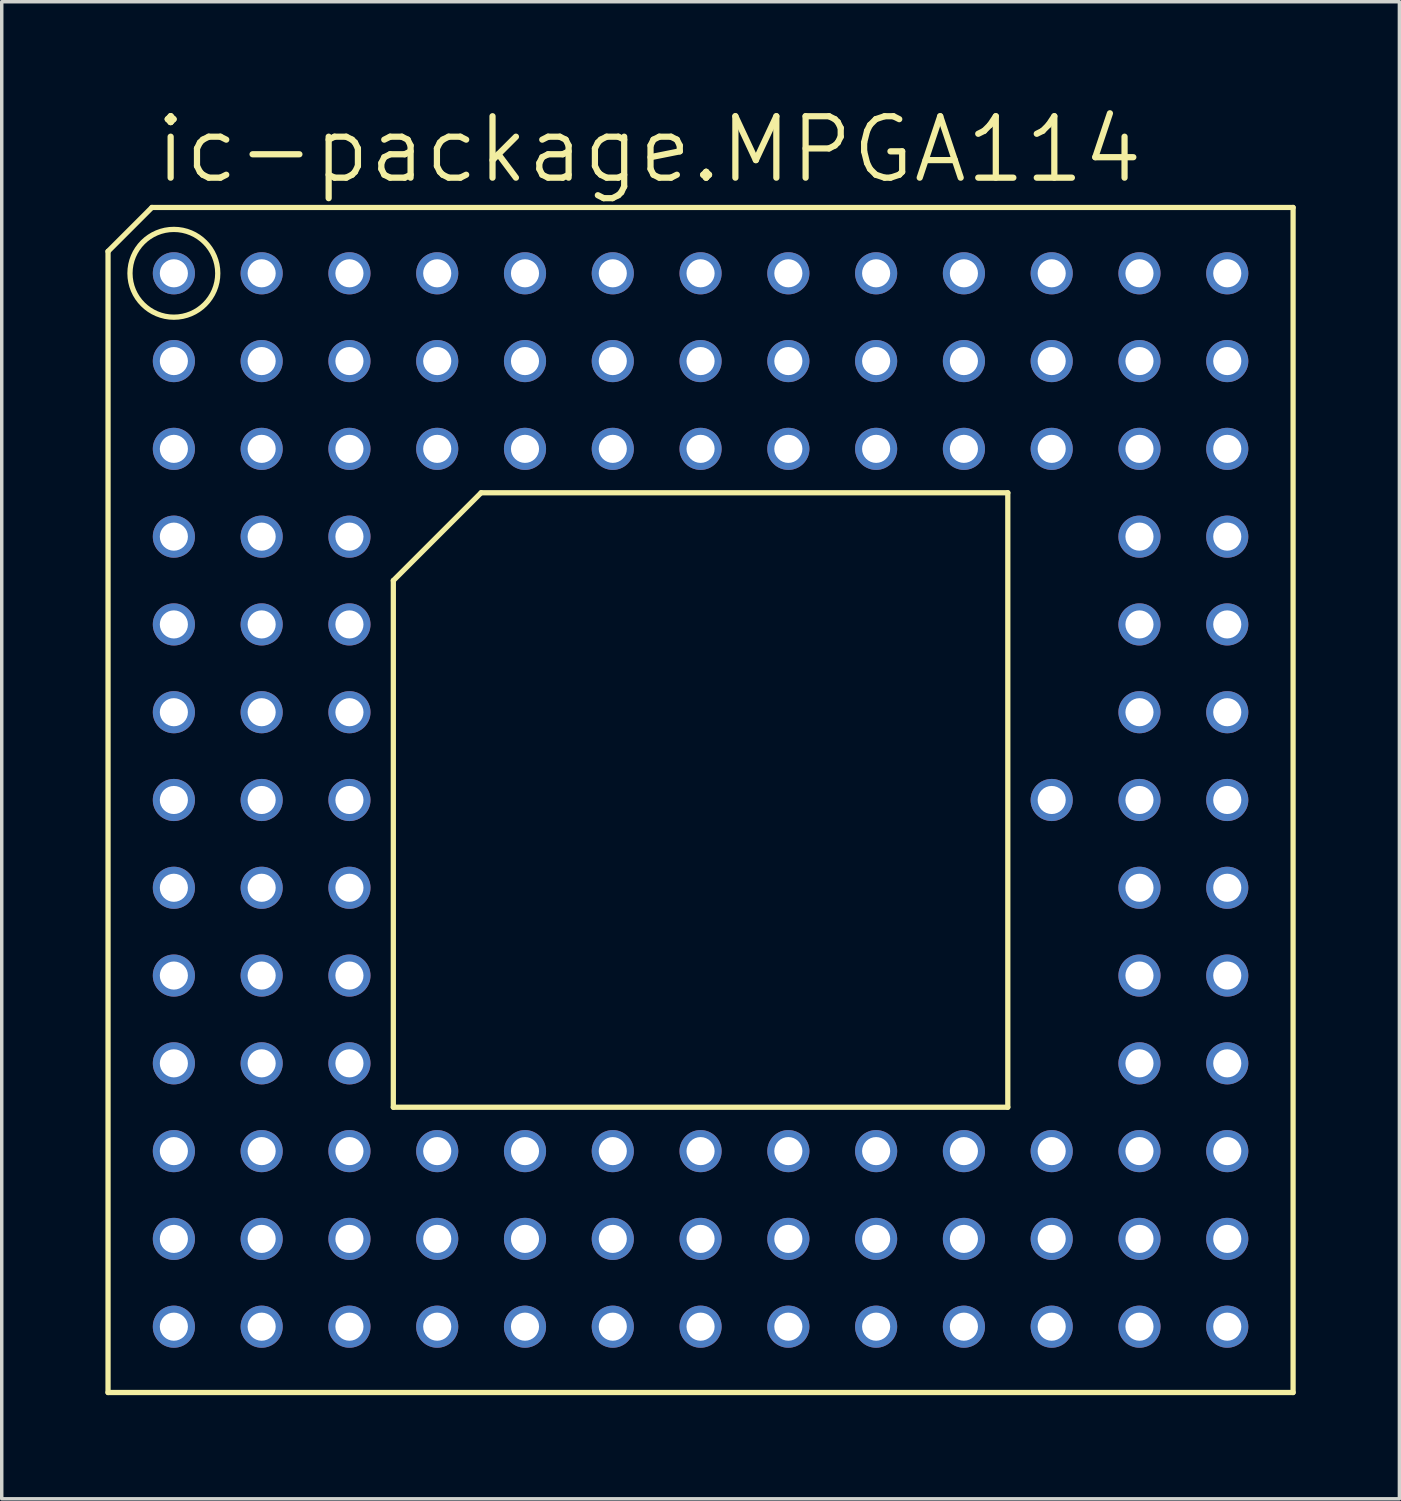
<source format=kicad_pcb>
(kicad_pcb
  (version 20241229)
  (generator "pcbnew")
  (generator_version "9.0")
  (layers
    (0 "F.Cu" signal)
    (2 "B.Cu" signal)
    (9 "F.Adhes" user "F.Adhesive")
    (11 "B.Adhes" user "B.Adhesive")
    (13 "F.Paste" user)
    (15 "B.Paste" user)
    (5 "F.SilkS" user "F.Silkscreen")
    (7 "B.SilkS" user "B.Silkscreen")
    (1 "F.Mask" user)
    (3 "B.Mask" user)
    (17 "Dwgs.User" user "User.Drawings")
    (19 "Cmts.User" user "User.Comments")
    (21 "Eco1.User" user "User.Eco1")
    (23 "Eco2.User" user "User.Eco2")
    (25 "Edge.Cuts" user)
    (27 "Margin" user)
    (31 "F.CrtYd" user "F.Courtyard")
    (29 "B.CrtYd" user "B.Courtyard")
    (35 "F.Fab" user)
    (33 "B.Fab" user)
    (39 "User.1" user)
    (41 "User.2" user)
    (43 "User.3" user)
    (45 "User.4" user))
  (footprint "ic-package.MPGA114"
    (layer "F.Cu")
    (at 17.221 20.098)
    (property "Reference" "ic-package.MPGA114" (at -15.875 -17.78 0) (layer "F.SilkS") (effects (font (size 1.778 1.778) (thickness 0.18)) (justify left bottom)))
    (attr through_hole)
    (fp_line (start -17.145 -15.875) (end -15.875 -17.145) (stroke (width 0.152) (type default)) (layer "F.SilkS"))
    (fp_line (start -17.145 17.145) (end -17.145 -15.875) (stroke (width 0.152) (type default)) (layer "F.SilkS"))
    (fp_line (start -15.875 -17.145) (end 17.145 -17.145) (stroke (width 0.152) (type default)) (layer "F.SilkS"))
    (fp_line (start -8.89 8.89) (end -8.89 -6.35) (stroke (width 0.152) (type default)) (layer "F.SilkS"))
    (fp_line (start -8.89 8.89) (end 8.89 8.89) (stroke (width 0.152) (type default)) (layer "F.SilkS"))
    (fp_line (start -6.35 -8.89) (end -8.89 -6.35) (stroke (width 0.152) (type default)) (layer "F.SilkS"))
    (fp_line (start -6.35 -8.89) (end 8.89 -8.89) (stroke (width 0.152) (type default)) (layer "F.SilkS"))
    (fp_line (start 8.89 -8.89) (end 8.89 8.89) (stroke (width 0.152) (type default)) (layer "F.SilkS"))
    (fp_line (start 17.145 -17.145) (end 17.145 17.145) (stroke (width 0.152) (type default)) (layer "F.SilkS"))
    (fp_line (start 17.145 17.145) (end -17.145 17.145) (stroke (width 0.152) (type default)) (layer "F.SilkS"))
    (fp_circle (center -15.24 -15.24) (end -13.97 -15.24) (stroke (width 0.152) (type default)) (fill no) (layer "F.SilkS"))
    (pad "A01" thru_hole circle (at -15.24 -15.24) (size 1.219 1.219) (drill 0.813) (layers "*.Cu" "*.Mask"))
    (pad "A02" thru_hole circle (at -12.7 -15.24) (size 1.219 1.219) (drill 0.813) (layers "*.Cu" "*.Mask"))
    (pad "A03" thru_hole circle (at -10.16 -15.24) (size 1.219 1.219) (drill 0.813) (layers "*.Cu" "*.Mask"))
    (pad "A04" thru_hole circle (at -7.62 -15.24) (size 1.219 1.219) (drill 0.813) (layers "*.Cu" "*.Mask"))
    (pad "A05" thru_hole circle (at -5.08 -15.24) (size 1.219 1.219) (drill 0.813) (layers "*.Cu" "*.Mask"))
    (pad "A06" thru_hole circle (at -2.54 -15.24) (size 1.219 1.219) (drill 0.813) (layers "*.Cu" "*.Mask"))
    (pad "A07" thru_hole circle (at 0 -15.24) (size 1.219 1.219) (drill 0.813) (layers "*.Cu" "*.Mask"))
    (pad "A08" thru_hole circle (at 2.54 -15.24) (size 1.219 1.219) (drill 0.813) (layers "*.Cu" "*.Mask"))
    (pad "A09" thru_hole circle (at 5.08 -15.24) (size 1.219 1.219) (drill 0.813) (layers "*.Cu" "*.Mask"))
    (pad "A10" thru_hole circle (at 7.62 -15.24) (size 1.219 1.219) (drill 0.813) (layers "*.Cu" "*.Mask"))
    (pad "A11" thru_hole circle (at 10.16 -15.24) (size 1.219 1.219) (drill 0.813) (layers "*.Cu" "*.Mask"))
    (pad "A12" thru_hole circle (at 12.7 -15.24) (size 1.219 1.219) (drill 0.813) (layers "*.Cu" "*.Mask"))
    (pad "A13" thru_hole circle (at 15.24 -15.24) (size 1.219 1.219) (drill 0.813) (layers "*.Cu" "*.Mask"))
    (pad "B01" thru_hole circle (at -15.24 -12.7) (size 1.219 1.219) (drill 0.813) (layers "*.Cu" "*.Mask"))
    (pad "B02" thru_hole circle (at -12.7 -12.7) (size 1.219 1.219) (drill 0.813) (layers "*.Cu" "*.Mask"))
    (pad "B03" thru_hole circle (at -10.16 -12.7) (size 1.219 1.219) (drill 0.813) (layers "*.Cu" "*.Mask"))
    (pad "B04" thru_hole circle (at -7.62 -12.7) (size 1.219 1.219) (drill 0.813) (layers "*.Cu" "*.Mask"))
    (pad "B05" thru_hole circle (at -5.08 -12.7) (size 1.219 1.219) (drill 0.813) (layers "*.Cu" "*.Mask"))
    (pad "B06" thru_hole circle (at -2.54 -12.7) (size 1.219 1.219) (drill 0.813) (layers "*.Cu" "*.Mask"))
    (pad "B07" thru_hole circle (at 0 -12.7) (size 1.219 1.219) (drill 0.813) (layers "*.Cu" "*.Mask"))
    (pad "B08" thru_hole circle (at 2.54 -12.7) (size 1.219 1.219) (drill 0.813) (layers "*.Cu" "*.Mask"))
    (pad "B09" thru_hole circle (at 5.08 -12.7) (size 1.219 1.219) (drill 0.813) (layers "*.Cu" "*.Mask"))
    (pad "B10" thru_hole circle (at 7.62 -12.7) (size 1.219 1.219) (drill 0.813) (layers "*.Cu" "*.Mask"))
    (pad "B11" thru_hole circle (at 10.16 -12.7) (size 1.219 1.219) (drill 0.813) (layers "*.Cu" "*.Mask"))
    (pad "B12" thru_hole circle (at 12.7 -12.7) (size 1.219 1.219) (drill 0.813) (layers "*.Cu" "*.Mask"))
    (pad "B13" thru_hole circle (at 15.24 -12.7) (size 1.219 1.219) (drill 0.813) (layers "*.Cu" "*.Mask"))
    (pad "C01" thru_hole circle (at -15.24 -10.16) (size 1.219 1.219) (drill 0.813) (layers "*.Cu" "*.Mask"))
    (pad "C02" thru_hole circle (at -12.7 -10.16) (size 1.219 1.219) (drill 0.813) (layers "*.Cu" "*.Mask"))
    (pad "C03" thru_hole circle (at -10.16 -10.16) (size 1.219 1.219) (drill 0.813) (layers "*.Cu" "*.Mask"))
    (pad "C04" thru_hole circle (at -7.62 -10.16) (size 1.219 1.219) (drill 0.813) (layers "*.Cu" "*.Mask"))
    (pad "C05" thru_hole circle (at -5.08 -10.16) (size 1.219 1.219) (drill 0.813) (layers "*.Cu" "*.Mask"))
    (pad "C06" thru_hole circle (at -2.54 -10.16) (size 1.219 1.219) (drill 0.813) (layers "*.Cu" "*.Mask"))
    (pad "C07" thru_hole circle (at 0 -10.16) (size 1.219 1.219) (drill 0.813) (layers "*.Cu" "*.Mask"))
    (pad "C08" thru_hole circle (at 2.54 -10.16) (size 1.219 1.219) (drill 0.813) (layers "*.Cu" "*.Mask"))
    (pad "C09" thru_hole circle (at 5.08 -10.16) (size 1.219 1.219) (drill 0.813) (layers "*.Cu" "*.Mask"))
    (pad "C10" thru_hole circle (at 7.62 -10.16) (size 1.219 1.219) (drill 0.813) (layers "*.Cu" "*.Mask"))
    (pad "C11" thru_hole circle (at 10.16 -10.16) (size 1.219 1.219) (drill 0.813) (layers "*.Cu" "*.Mask"))
    (pad "C12" thru_hole circle (at 12.7 -10.16) (size 1.219 1.219) (drill 0.813) (layers "*.Cu" "*.Mask"))
    (pad "C13" thru_hole circle (at 15.24 -10.16) (size 1.219 1.219) (drill 0.813) (layers "*.Cu" "*.Mask"))
    (pad "D01" thru_hole circle (at -15.24 -7.62) (size 1.219 1.219) (drill 0.813) (layers "*.Cu" "*.Mask"))
    (pad "D02" thru_hole circle (at -12.7 -7.62) (size 1.219 1.219) (drill 0.813) (layers "*.Cu" "*.Mask"))
    (pad "D03" thru_hole circle (at -10.16 -7.62) (size 1.219 1.219) (drill 0.813) (layers "*.Cu" "*.Mask"))
    (pad "D12" thru_hole circle (at 12.7 -7.62) (size 1.219 1.219) (drill 0.813) (layers "*.Cu" "*.Mask"))
    (pad "D13" thru_hole circle (at 15.24 -7.62) (size 1.219 1.219) (drill 0.813) (layers "*.Cu" "*.Mask"))
    (pad "E01" thru_hole circle (at -15.24 -5.08) (size 1.219 1.219) (drill 0.813) (layers "*.Cu" "*.Mask"))
    (pad "E02" thru_hole circle (at -12.7 -5.08) (size 1.219 1.219) (drill 0.813) (layers "*.Cu" "*.Mask"))
    (pad "E03" thru_hole circle (at -10.16 -5.08) (size 1.219 1.219) (drill 0.813) (layers "*.Cu" "*.Mask"))
    (pad "E12" thru_hole circle (at 12.7 -5.08) (size 1.219 1.219) (drill 0.813) (layers "*.Cu" "*.Mask"))
    (pad "E13" thru_hole circle (at 15.24 -5.08) (size 1.219 1.219) (drill 0.813) (layers "*.Cu" "*.Mask"))
    (pad "F01" thru_hole circle (at -15.24 -2.54) (size 1.219 1.219) (drill 0.813) (layers "*.Cu" "*.Mask"))
    (pad "F02" thru_hole circle (at -12.7 -2.54) (size 1.219 1.219) (drill 0.813) (layers "*.Cu" "*.Mask"))
    (pad "F03" thru_hole circle (at -10.16 -2.54) (size 1.219 1.219) (drill 0.813) (layers "*.Cu" "*.Mask"))
    (pad "F12" thru_hole circle (at 12.7 -2.54) (size 1.219 1.219) (drill 0.813) (layers "*.Cu" "*.Mask"))
    (pad "F13" thru_hole circle (at 15.24 -2.54) (size 1.219 1.219) (drill 0.813) (layers "*.Cu" "*.Mask"))
    (pad "G01" thru_hole circle (at -15.24 0) (size 1.219 1.219) (drill 0.813) (layers "*.Cu" "*.Mask"))
    (pad "G02" thru_hole circle (at -12.7 0) (size 1.219 1.219) (drill 0.813) (layers "*.Cu" "*.Mask"))
    (pad "G03" thru_hole circle (at -10.16 0) (size 1.219 1.219) (drill 0.813) (layers "*.Cu" "*.Mask"))
    (pad "G11" thru_hole circle (at 10.16 0) (size 1.219 1.219) (drill 0.813) (layers "*.Cu" "*.Mask"))
    (pad "G12" thru_hole circle (at 12.7 0) (size 1.219 1.219) (drill 0.813) (layers "*.Cu" "*.Mask"))
    (pad "G13" thru_hole circle (at 15.24 0) (size 1.219 1.219) (drill 0.813) (layers "*.Cu" "*.Mask"))
    (pad "H01" thru_hole circle (at -15.24 2.54) (size 1.219 1.219) (drill 0.813) (layers "*.Cu" "*.Mask"))
    (pad "H02" thru_hole circle (at -12.7 2.54) (size 1.219 1.219) (drill 0.813) (layers "*.Cu" "*.Mask"))
    (pad "H03" thru_hole circle (at -10.16 2.54) (size 1.219 1.219) (drill 0.813) (layers "*.Cu" "*.Mask"))
    (pad "H12" thru_hole circle (at 12.7 2.54) (size 1.219 1.219) (drill 0.813) (layers "*.Cu" "*.Mask"))
    (pad "H13" thru_hole circle (at 15.24 2.54) (size 1.219 1.219) (drill 0.813) (layers "*.Cu" "*.Mask"))
    (pad "J01" thru_hole circle (at -15.24 5.08) (size 1.219 1.219) (drill 0.813) (layers "*.Cu" "*.Mask"))
    (pad "J02" thru_hole circle (at -12.7 5.08) (size 1.219 1.219) (drill 0.813) (layers "*.Cu" "*.Mask"))
    (pad "J03" thru_hole circle (at -10.16 5.08) (size 1.219 1.219) (drill 0.813) (layers "*.Cu" "*.Mask"))
    (pad "J12" thru_hole circle (at 12.7 5.08) (size 1.219 1.219) (drill 0.813) (layers "*.Cu" "*.Mask"))
    (pad "J13" thru_hole circle (at 15.24 5.08) (size 1.219 1.219) (drill 0.813) (layers "*.Cu" "*.Mask"))
    (pad "K01" thru_hole circle (at -15.24 7.62) (size 1.219 1.219) (drill 0.813) (layers "*.Cu" "*.Mask"))
    (pad "K02" thru_hole circle (at -12.7 7.62) (size 1.219 1.219) (drill 0.813) (layers "*.Cu" "*.Mask"))
    (pad "K03" thru_hole circle (at -10.16 7.62) (size 1.219 1.219) (drill 0.813) (layers "*.Cu" "*.Mask"))
    (pad "K12" thru_hole circle (at 12.7 7.62) (size 1.219 1.219) (drill 0.813) (layers "*.Cu" "*.Mask"))
    (pad "K13" thru_hole circle (at 15.24 7.62) (size 1.219 1.219) (drill 0.813) (layers "*.Cu" "*.Mask"))
    (pad "L01" thru_hole circle (at -15.24 10.16) (size 1.219 1.219) (drill 0.813) (layers "*.Cu" "*.Mask"))
    (pad "L02" thru_hole circle (at -12.7 10.16) (size 1.219 1.219) (drill 0.813) (layers "*.Cu" "*.Mask"))
    (pad "L03" thru_hole circle (at -10.16 10.16) (size 1.219 1.219) (drill 0.813) (layers "*.Cu" "*.Mask"))
    (pad "L04" thru_hole circle (at -7.62 10.16) (size 1.219 1.219) (drill 0.813) (layers "*.Cu" "*.Mask"))
    (pad "L05" thru_hole circle (at -5.08 10.16) (size 1.219 1.219) (drill 0.813) (layers "*.Cu" "*.Mask"))
    (pad "L06" thru_hole circle (at -2.54 10.16) (size 1.219 1.219) (drill 0.813) (layers "*.Cu" "*.Mask"))
    (pad "L07" thru_hole circle (at 0 10.16) (size 1.219 1.219) (drill 0.813) (layers "*.Cu" "*.Mask"))
    (pad "L08" thru_hole circle (at 2.54 10.16) (size 1.219 1.219) (drill 0.813) (layers "*.Cu" "*.Mask"))
    (pad "L09" thru_hole circle (at 5.08 10.16) (size 1.219 1.219) (drill 0.813) (layers "*.Cu" "*.Mask"))
    (pad "L10" thru_hole circle (at 7.62 10.16) (size 1.219 1.219) (drill 0.813) (layers "*.Cu" "*.Mask"))
    (pad "L11" thru_hole circle (at 10.16 10.16) (size 1.219 1.219) (drill 0.813) (layers "*.Cu" "*.Mask"))
    (pad "L12" thru_hole circle (at 12.7 10.16) (size 1.219 1.219) (drill 0.813) (layers "*.Cu" "*.Mask"))
    (pad "L13" thru_hole circle (at 15.24 10.16) (size 1.219 1.219) (drill 0.813) (layers "*.Cu" "*.Mask"))
    (pad "M01" thru_hole circle (at -15.24 12.7) (size 1.219 1.219) (drill 0.813) (layers "*.Cu" "*.Mask"))
    (pad "M02" thru_hole circle (at -12.7 12.7) (size 1.219 1.219) (drill 0.813) (layers "*.Cu" "*.Mask"))
    (pad "M03" thru_hole circle (at -10.16 12.7) (size 1.219 1.219) (drill 0.813) (layers "*.Cu" "*.Mask"))
    (pad "M04" thru_hole circle (at -7.62 12.7) (size 1.219 1.219) (drill 0.813) (layers "*.Cu" "*.Mask"))
    (pad "M05" thru_hole circle (at -5.08 12.7) (size 1.219 1.219) (drill 0.813) (layers "*.Cu" "*.Mask"))
    (pad "M06" thru_hole circle (at -2.54 12.7) (size 1.219 1.219) (drill 0.813) (layers "*.Cu" "*.Mask"))
    (pad "M07" thru_hole circle (at 0 12.7) (size 1.219 1.219) (drill 0.813) (layers "*.Cu" "*.Mask"))
    (pad "M08" thru_hole circle (at 2.54 12.7) (size 1.219 1.219) (drill 0.813) (layers "*.Cu" "*.Mask"))
    (pad "M09" thru_hole circle (at 5.08 12.7) (size 1.219 1.219) (drill 0.813) (layers "*.Cu" "*.Mask"))
    (pad "M10" thru_hole circle (at 7.62 12.7) (size 1.219 1.219) (drill 0.813) (layers "*.Cu" "*.Mask"))
    (pad "M11" thru_hole circle (at 10.16 12.7) (size 1.219 1.219) (drill 0.813) (layers "*.Cu" "*.Mask"))
    (pad "M12" thru_hole circle (at 12.7 12.7) (size 1.219 1.219) (drill 0.813) (layers "*.Cu" "*.Mask"))
    (pad "M13" thru_hole circle (at 15.24 12.7) (size 1.219 1.219) (drill 0.813) (layers "*.Cu" "*.Mask"))
    (pad "N01" thru_hole circle (at -15.24 15.24) (size 1.219 1.219) (drill 0.813) (layers "*.Cu" "*.Mask"))
    (pad "N02" thru_hole circle (at -12.7 15.24) (size 1.219 1.219) (drill 0.813) (layers "*.Cu" "*.Mask"))
    (pad "N03" thru_hole circle (at -10.16 15.24) (size 1.219 1.219) (drill 0.813) (layers "*.Cu" "*.Mask"))
    (pad "N04" thru_hole circle (at -7.62 15.24) (size 1.219 1.219) (drill 0.813) (layers "*.Cu" "*.Mask"))
    (pad "N05" thru_hole circle (at -5.08 15.24) (size 1.219 1.219) (drill 0.813) (layers "*.Cu" "*.Mask"))
    (pad "N06" thru_hole circle (at -2.54 15.24) (size 1.219 1.219) (drill 0.813) (layers "*.Cu" "*.Mask"))
    (pad "N07" thru_hole circle (at 0 15.24) (size 1.219 1.219) (drill 0.813) (layers "*.Cu" "*.Mask"))
    (pad "N08" thru_hole circle (at 2.54 15.24) (size 1.219 1.219) (drill 0.813) (layers "*.Cu" "*.Mask"))
    (pad "N09" thru_hole circle (at 5.08 15.24) (size 1.219 1.219) (drill 0.813) (layers "*.Cu" "*.Mask"))
    (pad "N10" thru_hole circle (at 7.62 15.24) (size 1.219 1.219) (drill 0.813) (layers "*.Cu" "*.Mask"))
    (pad "N11" thru_hole circle (at 10.16 15.24) (size 1.219 1.219) (drill 0.813) (layers "*.Cu" "*.Mask"))
    (pad "N12" thru_hole circle (at 12.7 15.24) (size 1.219 1.219) (drill 0.813) (layers "*.Cu" "*.Mask"))
    (pad "N13" thru_hole circle (at 15.24 15.24) (size 1.219 1.219) (drill 0.813) (layers "*.Cu" "*.Mask")))
  (gr_rect
    (start -3 -3)
    (end 37.442 40.319)
    (stroke (width 0.1) (type default))
    (fill no)
    (layer "Edge.Cuts")))
</source>
